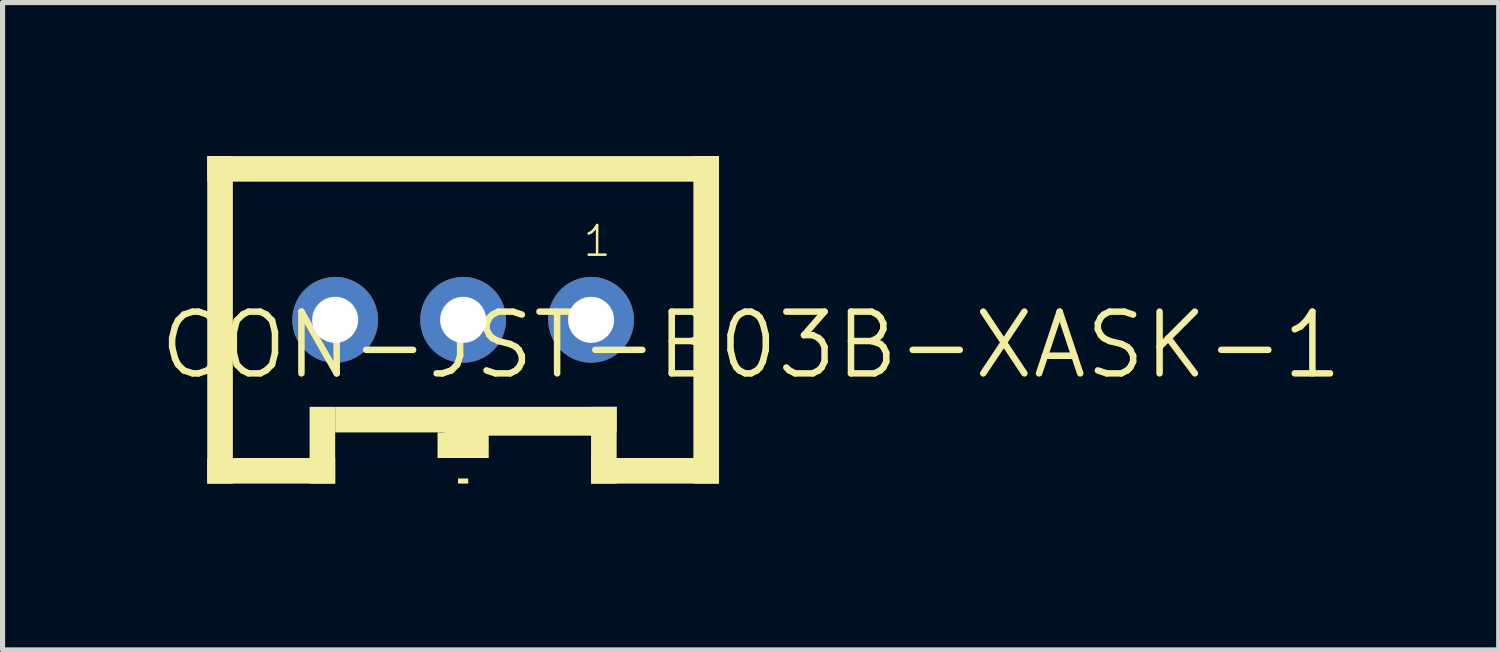
<source format=kicad_pcb>
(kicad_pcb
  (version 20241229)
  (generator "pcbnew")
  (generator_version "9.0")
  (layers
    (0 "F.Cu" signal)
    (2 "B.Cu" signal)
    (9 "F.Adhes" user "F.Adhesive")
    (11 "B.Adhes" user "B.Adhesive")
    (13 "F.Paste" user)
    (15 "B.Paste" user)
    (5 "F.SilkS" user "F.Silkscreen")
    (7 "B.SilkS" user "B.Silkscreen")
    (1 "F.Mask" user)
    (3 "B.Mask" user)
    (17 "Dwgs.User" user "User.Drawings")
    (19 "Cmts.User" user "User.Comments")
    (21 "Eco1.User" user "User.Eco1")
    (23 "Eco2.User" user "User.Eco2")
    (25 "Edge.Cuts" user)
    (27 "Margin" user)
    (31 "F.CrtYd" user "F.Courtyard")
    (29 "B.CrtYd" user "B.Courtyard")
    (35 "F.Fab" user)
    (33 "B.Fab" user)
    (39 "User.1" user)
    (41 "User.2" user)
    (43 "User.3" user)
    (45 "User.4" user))
  (footprint "CON-JST-B03B-XASK-1"
    (layer "F.Cu")
    (at 6 6.4)
    (property "Reference" "CON-JST-B03B-XASK-1" (at -6 -2 0) (layer "F.SilkS") (effects (font (size 1.206 1.206) (thickness 0.127)) (justify left bottom)))
    (attr through_hole)
    (fp_line (start -0.3 -1) (end 2.6 -1) (stroke (width 0.127) (type solid)) (layer "F.SilkS"))
    (fp_poly (pts (xy -5 -5.9) (xy 5 -5.9) (xy 5 -6.4) (xy -5 -6.4)) (stroke (width 0) (type solid)) (fill yes) (layer "F.SilkS"))
    (fp_poly (pts (xy -5 0) (xy -4.5 0) (xy -4.5 -6.4) (xy -5 -6.4)) (stroke (width 0) (type solid)) (fill yes) (layer "F.SilkS"))
    (fp_poly (pts (xy -5 0) (xy -2.5 0) (xy -2.5 -0.5) (xy -5 -0.5)) (stroke (width 0) (type solid)) (fill yes) (layer "F.SilkS"))
    (fp_poly (pts (xy -3 0) (xy -2.5 0) (xy -2.5 -1.5) (xy -3 -1.5)) (stroke (width 0) (type solid)) (fill yes) (layer "F.SilkS"))
    (fp_poly (pts (xy -2.5 -1) (xy 3 -1) (xy 3 -1.5) (xy -2.5 -1.5)) (stroke (width 0) (type solid)) (fill yes) (layer "F.SilkS"))
    (fp_poly (pts (xy -0.5 -0.5) (xy 0.5 -0.5) (xy 0.5 -1) (xy -0.5 -1)) (stroke (width 0) (type solid)) (fill yes) (layer "F.SilkS"))
    (fp_poly (pts (xy -0.1 0) (xy 0.1 0) (xy 0.1 -0.1) (xy -0.1 -0.1)) (stroke (width 0) (type solid)) (fill yes) (layer "F.SilkS"))
    (fp_poly (pts (xy 2.5 0) (xy 3 0) (xy 3 -1.5) (xy 2.5 -1.5)) (stroke (width 0) (type solid)) (fill yes) (layer "F.SilkS"))
    (fp_poly (pts (xy 2.5 0) (xy 5 0) (xy 5 -0.5) (xy 2.5 -0.5)) (stroke (width 0) (type solid)) (fill yes) (layer "F.SilkS"))
    (fp_poly (pts (xy 4.5 0) (xy 5 0) (xy 5 -6.4) (xy 4.5 -6.4)) (stroke (width 0) (type solid)) (fill yes) (layer "F.SilkS"))
    (fp_text user "1" (at 2.31 -4.4 0) (layer "F.SilkS") (effects (font (size 0.579 0.579) (thickness 0.049)) (justify left bottom)))
    (pad "1" thru_hole circle (at 2.5 -3.2) (size 1.676 1.676) (drill 0.9) (layers "*.Cu" "*.Mask"))
    (pad "2" thru_hole circle (at 0 -3.2) (size 1.676 1.676) (drill 0.9) (layers "*.Cu" "*.Mask"))
    (pad "3" thru_hole circle (at -2.5 -3.2) (size 1.676 1.676) (drill 0.9) (layers "*.Cu" "*.Mask")))
  (gr_rect
    (start -3 -3)
    (end 26.236 9.65)
    (stroke (width 0.1) (type default))
    (fill no)
    (layer "Edge.Cuts")))
</source>
